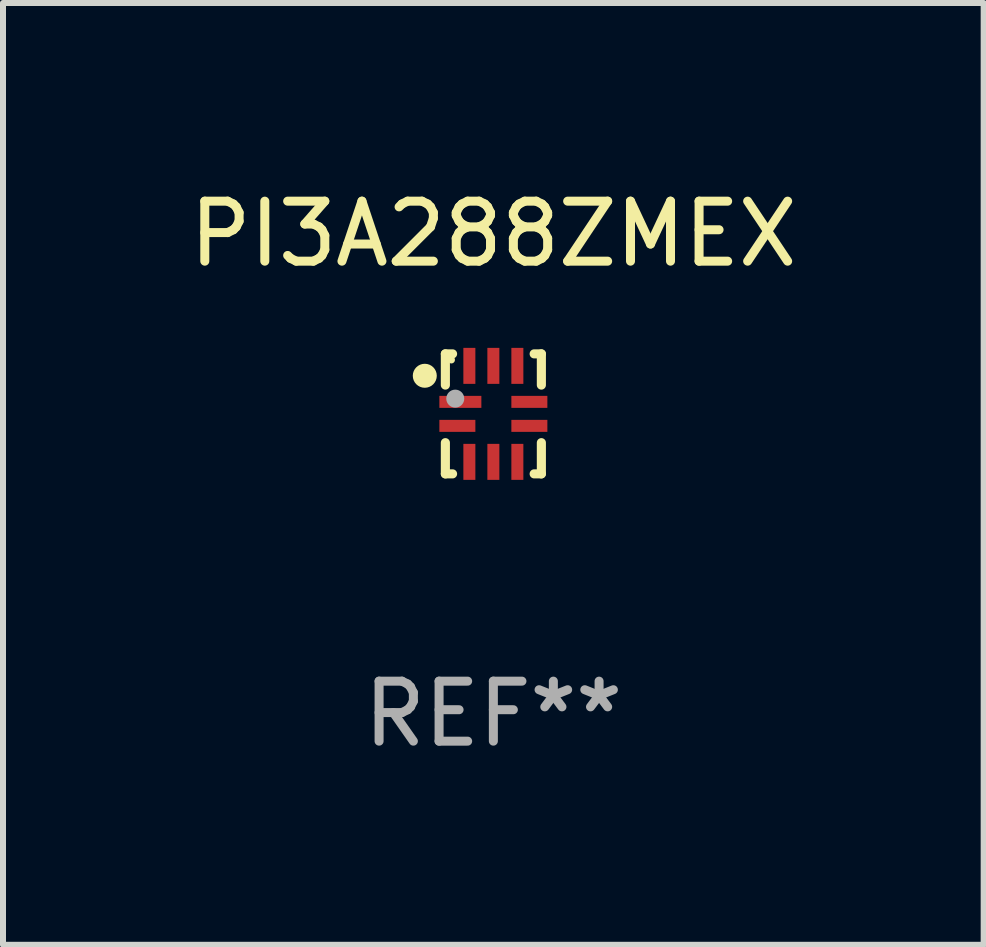
<source format=kicad_pcb>
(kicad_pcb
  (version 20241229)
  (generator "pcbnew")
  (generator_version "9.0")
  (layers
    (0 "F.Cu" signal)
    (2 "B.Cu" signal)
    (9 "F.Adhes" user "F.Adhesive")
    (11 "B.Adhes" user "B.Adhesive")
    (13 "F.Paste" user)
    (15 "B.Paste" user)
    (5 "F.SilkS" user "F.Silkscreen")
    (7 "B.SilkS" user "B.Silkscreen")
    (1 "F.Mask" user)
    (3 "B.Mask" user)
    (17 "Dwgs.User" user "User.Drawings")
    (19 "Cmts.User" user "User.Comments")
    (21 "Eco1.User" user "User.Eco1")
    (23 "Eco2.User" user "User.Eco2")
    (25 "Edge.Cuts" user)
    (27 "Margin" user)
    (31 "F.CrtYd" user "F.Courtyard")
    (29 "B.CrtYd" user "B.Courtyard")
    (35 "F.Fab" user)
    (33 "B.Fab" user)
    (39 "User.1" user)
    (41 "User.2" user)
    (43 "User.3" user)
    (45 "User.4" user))
  (footprint "PI3A288ZMEX"
    (layer "F.Cu")
    (at 5.173 3.848)
    (property "Reference" "PI3A288ZMEX" (at 0 -3 0) (layer "F.SilkS") (effects (font (size 1 1) (thickness 0.15))))
    (attr through_hole)
    (fp_line (start -0.8 -1) (end -0.68 -1) (stroke (width 0.152) (type solid)) (layer "F.SilkS"))
    (fp_line (start -0.8 -0.48) (end -0.8 -1) (stroke (width 0.152) (type solid)) (layer "F.SilkS"))
    (fp_line (start -0.8 1) (end -0.8 0.48) (stroke (width 0.152) (type solid)) (layer "F.SilkS"))
    (fp_line (start -0.68 1) (end -0.8 1) (stroke (width 0.152) (type solid)) (layer "F.SilkS"))
    (fp_line (start 0.68 -1) (end 0.8 -1) (stroke (width 0.152) (type solid)) (layer "F.SilkS"))
    (fp_line (start 0.8 -1) (end 0.8 -0.48) (stroke (width 0.152) (type solid)) (layer "F.SilkS"))
    (fp_line (start 0.8 0.48) (end 0.8 1) (stroke (width 0.152) (type solid)) (layer "F.SilkS"))
    (fp_line (start 0.8 1) (end 0.68 1) (stroke (width 0.152) (type solid)) (layer "F.SilkS"))
    (fp_circle (center -1.143 -0.635) (end -1.043 -0.635) (stroke (width 0.2) (type solid)) (fill no) (layer "F.SilkS"))
    (fp_circle (center -0.7 -0.9) (end -0.67 -0.9) (stroke (width 0.06) (type solid)) (fill no) (layer "F.SilkS"))
    (fp_circle (center -0.635 -0.254) (end -0.56 -0.254) (stroke (width 0.15) (type solid)) (fill no) (layer "F.Fab"))
    (fp_text user "REF**" (at 0 5 0) (layer "F.Fab") (effects (font (size 1 1) (thickness 0.15))))
    (pad "1" smd rect (at -0.55 -0.2) (size 0.7 0.2) (layers "F.Cu" "F.Mask" "F.Paste"))
    (pad "2" smd rect (at -0.6 0.2) (size 0.6 0.2) (layers "F.Cu" "F.Mask" "F.Paste"))
    (pad "3" smd rect (at -0.4 0.8) (size 0.2 0.6) (layers "F.Cu" "F.Mask" "F.Paste"))
    (pad "4" smd rect (at 0 0.8) (size 0.2 0.6) (layers "F.Cu" "F.Mask" "F.Paste"))
    (pad "5" smd rect (at 0.4 0.8) (size 0.2 0.6) (layers "F.Cu" "F.Mask" "F.Paste"))
    (pad "6" smd rect (at 0.6 0.2) (size 0.6 0.2) (layers "F.Cu" "F.Mask" "F.Paste"))
    (pad "7" smd rect (at 0.6 -0.2) (size 0.6 0.2) (layers "F.Cu" "F.Mask" "F.Paste"))
    (pad "8" smd rect (at 0.4 -0.8) (size 0.2 0.6) (layers "F.Cu" "F.Mask" "F.Paste"))
    (pad "9" smd rect (at 0 -0.8) (size 0.2 0.6) (layers "F.Cu" "F.Mask" "F.Paste"))
    (pad "10" smd rect (at -0.4 -0.8) (size 0.2 0.6) (layers "F.Cu" "F.Mask" "F.Paste")))
  (gr_rect
    (start -3 -3)
    (end 13.345 12.697)
    (stroke (width 0.1) (type default))
    (fill no)
    (layer "Edge.Cuts")))
</source>
